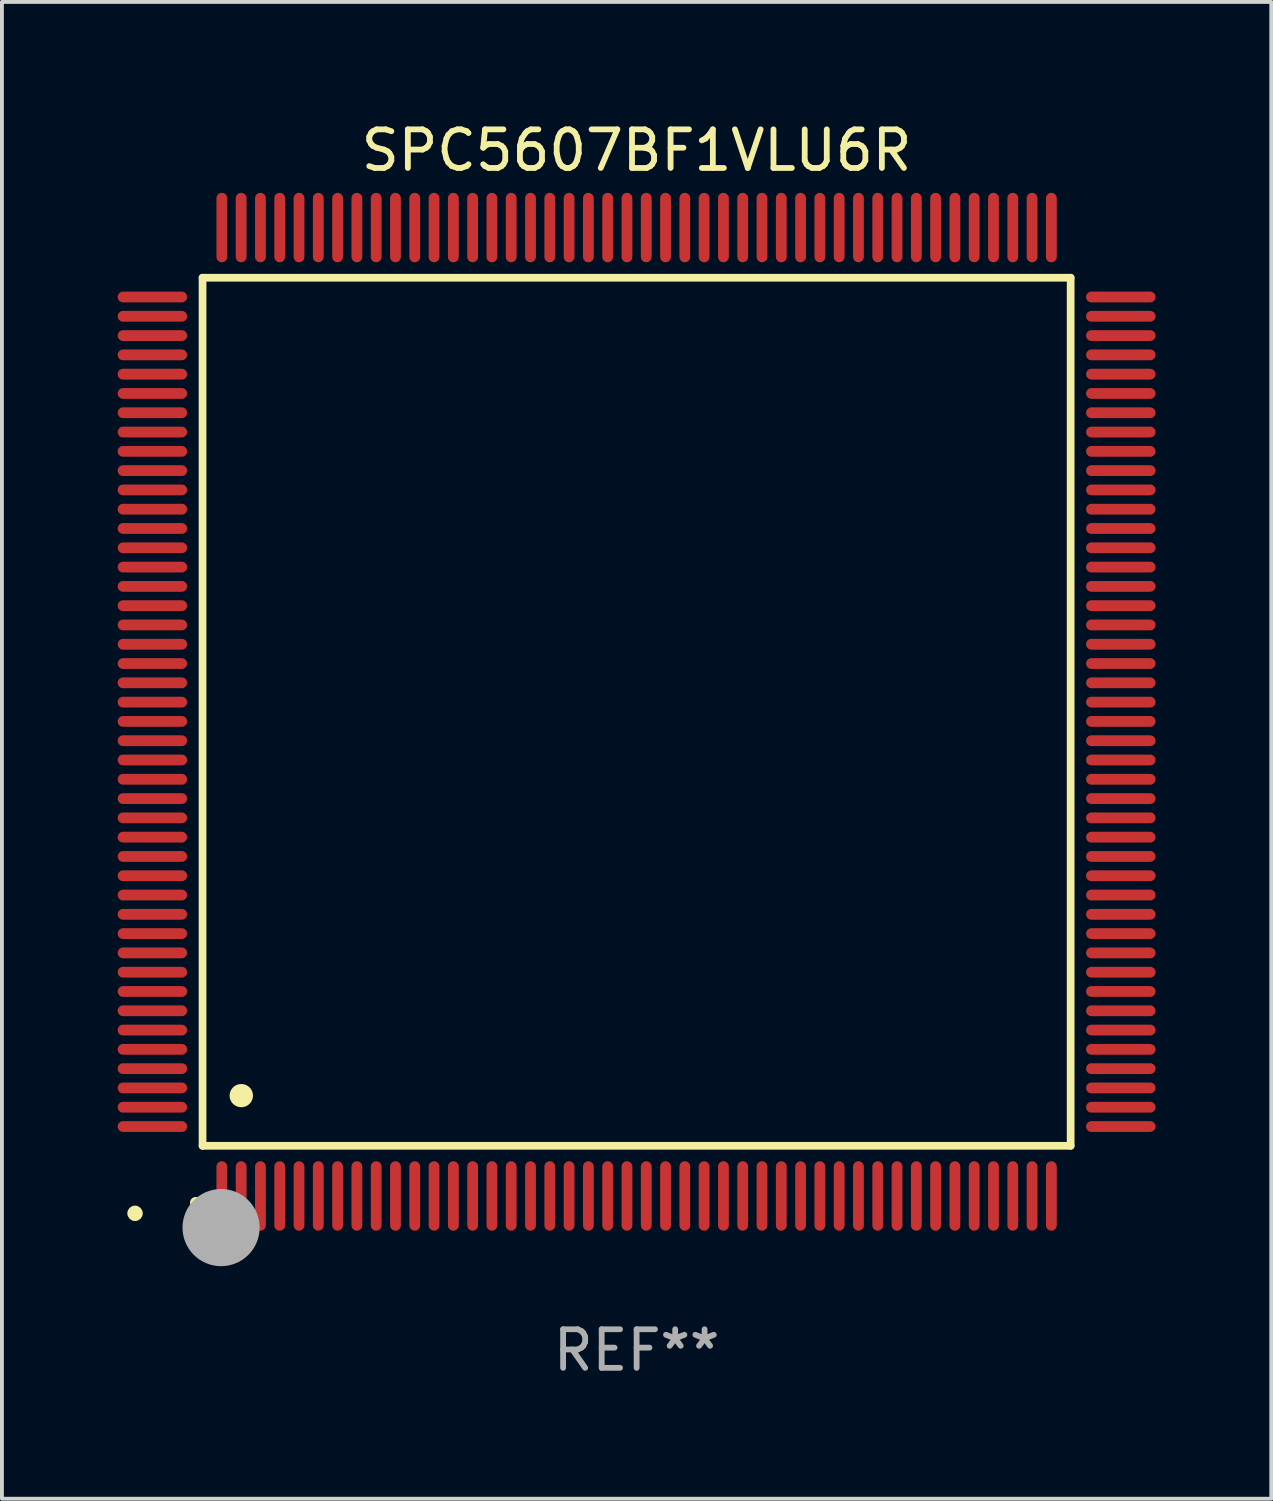
<source format=kicad_pcb>
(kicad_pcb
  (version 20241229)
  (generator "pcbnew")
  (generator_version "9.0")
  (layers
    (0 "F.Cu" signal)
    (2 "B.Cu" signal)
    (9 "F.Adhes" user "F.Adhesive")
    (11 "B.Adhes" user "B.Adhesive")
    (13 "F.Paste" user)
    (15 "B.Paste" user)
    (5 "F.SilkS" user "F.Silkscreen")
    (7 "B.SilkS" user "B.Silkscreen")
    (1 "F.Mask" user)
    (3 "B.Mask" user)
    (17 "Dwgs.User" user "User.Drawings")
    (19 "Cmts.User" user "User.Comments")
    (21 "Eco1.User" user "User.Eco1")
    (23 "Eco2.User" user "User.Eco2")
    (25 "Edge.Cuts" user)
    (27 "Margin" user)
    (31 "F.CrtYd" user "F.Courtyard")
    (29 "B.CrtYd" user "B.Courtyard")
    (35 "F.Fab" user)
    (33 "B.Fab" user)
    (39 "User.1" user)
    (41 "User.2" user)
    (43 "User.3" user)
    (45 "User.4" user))
  (footprint "SPC5607BF1VLU6R"
    (layer "F.Cu")
    (at 13.45 15.398)
    (property "Reference" "SPC5607BF1VLU6R" (at 0 -14.55 0) (layer "F.SilkS") (effects (font (size 1 1) (thickness 0.15))))
    (attr through_hole)
    (fp_line (start -11.25 -11.25) (end 11.25 -11.25) (stroke (width 0.2) (type solid)) (layer "F.SilkS"))
    (fp_line (start -11.25 11.25) (end -11.25 -11.25) (stroke (width 0.2) (type solid)) (layer "F.SilkS"))
    (fp_line (start 11.25 -11.25) (end 11.25 11.25) (stroke (width 0.2) (type solid)) (layer "F.SilkS"))
    (fp_line (start 11.25 11.25) (end -11.25 11.25) (stroke (width 0.2) (type solid)) (layer "F.SilkS"))
    (fp_arc (start -11.424943 12.725425) (mid -11.423673 12.72542) (end -11.422403 12.725425) (stroke (width 0.3) (type solid)) (layer "F.SilkS"))
    (fp_arc (start -10.24892 9.9492) (mid -10.24638 9.949189) (end -10.24384 9.9492) (stroke (width 0.6) (type solid)) (layer "F.SilkS"))
    (fp_circle (center -13 13) (end -12.9 13) (stroke (width 0.2) (type solid)) (fill no) (layer "F.SilkS"))
    (fp_circle (center -10.77 13.37) (end -10.27 13.37) (stroke (width 1) (type solid)) (fill no) (layer "F.Fab"))
    (fp_text user "REF**" (at 0 16.55 0) (layer "F.Fab") (effects (font (size 1 1) (thickness 0.15))))
    (pad "1" smd oval (at -10.75 12.55) (size 0.28 1.8) (layers "F.Cu" "F.Mask" "F.Paste"))
    (pad "2" smd oval (at -10.25 12.55) (size 0.28 1.8) (layers "F.Cu" "F.Mask" "F.Paste"))
    (pad "3" smd oval (at -9.75 12.55) (size 0.28 1.8) (layers "F.Cu" "F.Mask" "F.Paste"))
    (pad "4" smd oval (at -9.25 12.55) (size 0.28 1.8) (layers "F.Cu" "F.Mask" "F.Paste"))
    (pad "5" smd oval (at -8.75 12.55) (size 0.28 1.8) (layers "F.Cu" "F.Mask" "F.Paste"))
    (pad "6" smd oval (at -8.25 12.55) (size 0.28 1.8) (layers "F.Cu" "F.Mask" "F.Paste"))
    (pad "7" smd oval (at -7.75 12.55) (size 0.28 1.8) (layers "F.Cu" "F.Mask" "F.Paste"))
    (pad "8" smd oval (at -7.25 12.55) (size 0.28 1.8) (layers "F.Cu" "F.Mask" "F.Paste"))
    (pad "9" smd oval (at -6.75 12.55) (size 0.28 1.8) (layers "F.Cu" "F.Mask" "F.Paste"))
    (pad "10" smd oval (at -6.25 12.55) (size 0.28 1.8) (layers "F.Cu" "F.Mask" "F.Paste"))
    (pad "11" smd oval (at -5.75 12.55) (size 0.28 1.8) (layers "F.Cu" "F.Mask" "F.Paste"))
    (pad "12" smd oval (at -5.25 12.55) (size 0.28 1.8) (layers "F.Cu" "F.Mask" "F.Paste"))
    (pad "13" smd oval (at -4.75 12.55) (size 0.28 1.8) (layers "F.Cu" "F.Mask" "F.Paste"))
    (pad "14" smd oval (at -4.25 12.55) (size 0.28 1.8) (layers "F.Cu" "F.Mask" "F.Paste"))
    (pad "15" smd oval (at -3.75 12.55) (size 0.28 1.8) (layers "F.Cu" "F.Mask" "F.Paste"))
    (pad "16" smd oval (at -3.25 12.55) (size 0.28 1.8) (layers "F.Cu" "F.Mask" "F.Paste"))
    (pad "17" smd oval (at -2.75 12.55) (size 0.28 1.8) (layers "F.Cu" "F.Mask" "F.Paste"))
    (pad "18" smd oval (at -2.25 12.55) (size 0.28 1.8) (layers "F.Cu" "F.Mask" "F.Paste"))
    (pad "19" smd oval (at -1.75 12.55) (size 0.28 1.8) (layers "F.Cu" "F.Mask" "F.Paste"))
    (pad "20" smd oval (at -1.25 12.55) (size 0.28 1.8) (layers "F.Cu" "F.Mask" "F.Paste"))
    (pad "21" smd oval (at -0.75 12.55) (size 0.28 1.8) (layers "F.Cu" "F.Mask" "F.Paste"))
    (pad "22" smd oval (at -0.25 12.55) (size 0.28 1.8) (layers "F.Cu" "F.Mask" "F.Paste"))
    (pad "23" smd oval (at 0.25 12.55) (size 0.28 1.8) (layers "F.Cu" "F.Mask" "F.Paste"))
    (pad "24" smd oval (at 0.75 12.55) (size 0.28 1.8) (layers "F.Cu" "F.Mask" "F.Paste"))
    (pad "25" smd oval (at 1.25 12.55) (size 0.28 1.8) (layers "F.Cu" "F.Mask" "F.Paste"))
    (pad "26" smd oval (at 1.75 12.55) (size 0.28 1.8) (layers "F.Cu" "F.Mask" "F.Paste"))
    (pad "27" smd oval (at 2.25 12.55) (size 0.28 1.8) (layers "F.Cu" "F.Mask" "F.Paste"))
    (pad "28" smd oval (at 2.75 12.55) (size 0.28 1.8) (layers "F.Cu" "F.Mask" "F.Paste"))
    (pad "29" smd oval (at 3.25 12.55) (size 0.28 1.8) (layers "F.Cu" "F.Mask" "F.Paste"))
    (pad "30" smd oval (at 3.75 12.55) (size 0.28 1.8) (layers "F.Cu" "F.Mask" "F.Paste"))
    (pad "31" smd oval (at 4.25 12.55) (size 0.28 1.8) (layers "F.Cu" "F.Mask" "F.Paste"))
    (pad "32" smd oval (at 4.75 12.55) (size 0.28 1.8) (layers "F.Cu" "F.Mask" "F.Paste"))
    (pad "33" smd oval (at 5.25 12.55) (size 0.28 1.8) (layers "F.Cu" "F.Mask" "F.Paste"))
    (pad "34" smd oval (at 5.75 12.55) (size 0.28 1.8) (layers "F.Cu" "F.Mask" "F.Paste"))
    (pad "35" smd oval (at 6.25 12.55) (size 0.28 1.8) (layers "F.Cu" "F.Mask" "F.Paste"))
    (pad "36" smd oval (at 6.75 12.55) (size 0.28 1.8) (layers "F.Cu" "F.Mask" "F.Paste"))
    (pad "37" smd oval (at 7.25 12.55) (size 0.28 1.8) (layers "F.Cu" "F.Mask" "F.Paste"))
    (pad "38" smd oval (at 7.75 12.55) (size 0.28 1.8) (layers "F.Cu" "F.Mask" "F.Paste"))
    (pad "39" smd oval (at 8.25 12.55) (size 0.28 1.8) (layers "F.Cu" "F.Mask" "F.Paste"))
    (pad "40" smd oval (at 8.75 12.55) (size 0.28 1.8) (layers "F.Cu" "F.Mask" "F.Paste"))
    (pad "41" smd oval (at 9.25 12.55) (size 0.28 1.8) (layers "F.Cu" "F.Mask" "F.Paste"))
    (pad "42" smd oval (at 9.75 12.55) (size 0.28 1.8) (layers "F.Cu" "F.Mask" "F.Paste"))
    (pad "43" smd oval (at 10.25 12.55) (size 0.28 1.8) (layers "F.Cu" "F.Mask" "F.Paste"))
    (pad "44" smd oval (at 10.75 12.55) (size 0.28 1.8) (layers "F.Cu" "F.Mask" "F.Paste"))
    (pad "45" smd oval (at 12.55 10.75) (size 1.8 0.28) (layers "F.Cu" "F.Mask" "F.Paste"))
    (pad "46" smd oval (at 12.55 10.25) (size 1.8 0.28) (layers "F.Cu" "F.Mask" "F.Paste"))
    (pad "47" smd oval (at 12.55 9.75) (size 1.8 0.28) (layers "F.Cu" "F.Mask" "F.Paste"))
    (pad "48" smd oval (at 12.55 9.25) (size 1.8 0.28) (layers "F.Cu" "F.Mask" "F.Paste"))
    (pad "49" smd oval (at 12.55 8.75) (size 1.8 0.28) (layers "F.Cu" "F.Mask" "F.Paste"))
    (pad "50" smd oval (at 12.55 8.25) (size 1.8 0.28) (layers "F.Cu" "F.Mask" "F.Paste"))
    (pad "51" smd oval (at 12.55 7.75) (size 1.8 0.28) (layers "F.Cu" "F.Mask" "F.Paste"))
    (pad "52" smd oval (at 12.55 7.25) (size 1.8 0.28) (layers "F.Cu" "F.Mask" "F.Paste"))
    (pad "53" smd oval (at 12.55 6.75) (size 1.8 0.28) (layers "F.Cu" "F.Mask" "F.Paste"))
    (pad "54" smd oval (at 12.55 6.25) (size 1.8 0.28) (layers "F.Cu" "F.Mask" "F.Paste"))
    (pad "55" smd oval (at 12.55 5.75) (size 1.8 0.28) (layers "F.Cu" "F.Mask" "F.Paste"))
    (pad "56" smd oval (at 12.55 5.25) (size 1.8 0.28) (layers "F.Cu" "F.Mask" "F.Paste"))
    (pad "57" smd oval (at 12.55 4.75) (size 1.8 0.28) (layers "F.Cu" "F.Mask" "F.Paste"))
    (pad "58" smd oval (at 12.55 4.25) (size 1.8 0.28) (layers "F.Cu" "F.Mask" "F.Paste"))
    (pad "59" smd oval (at 12.55 3.75) (size 1.8 0.28) (layers "F.Cu" "F.Mask" "F.Paste"))
    (pad "60" smd oval (at 12.55 3.25) (size 1.8 0.28) (layers "F.Cu" "F.Mask" "F.Paste"))
    (pad "61" smd oval (at 12.55 2.75) (size 1.8 0.28) (layers "F.Cu" "F.Mask" "F.Paste"))
    (pad "62" smd oval (at 12.55 2.25) (size 1.8 0.28) (layers "F.Cu" "F.Mask" "F.Paste"))
    (pad "63" smd oval (at 12.55 1.75) (size 1.8 0.28) (layers "F.Cu" "F.Mask" "F.Paste"))
    (pad "64" smd oval (at 12.55 1.25) (size 1.8 0.28) (layers "F.Cu" "F.Mask" "F.Paste"))
    (pad "65" smd oval (at 12.55 0.75) (size 1.8 0.28) (layers "F.Cu" "F.Mask" "F.Paste"))
    (pad "66" smd oval (at 12.55 0.25) (size 1.8 0.28) (layers "F.Cu" "F.Mask" "F.Paste"))
    (pad "67" smd oval (at 12.55 -0.25) (size 1.8 0.28) (layers "F.Cu" "F.Mask" "F.Paste"))
    (pad "68" smd oval (at 12.55 -0.75) (size 1.8 0.28) (layers "F.Cu" "F.Mask" "F.Paste"))
    (pad "69" smd oval (at 12.55 -1.25) (size 1.8 0.28) (layers "F.Cu" "F.Mask" "F.Paste"))
    (pad "70" smd oval (at 12.55 -1.75) (size 1.8 0.28) (layers "F.Cu" "F.Mask" "F.Paste"))
    (pad "71" smd oval (at 12.55 -2.25) (size 1.8 0.28) (layers "F.Cu" "F.Mask" "F.Paste"))
    (pad "72" smd oval (at 12.55 -2.75) (size 1.8 0.28) (layers "F.Cu" "F.Mask" "F.Paste"))
    (pad "73" smd oval (at 12.55 -3.25) (size 1.8 0.28) (layers "F.Cu" "F.Mask" "F.Paste"))
    (pad "74" smd oval (at 12.55 -3.75) (size 1.8 0.28) (layers "F.Cu" "F.Mask" "F.Paste"))
    (pad "75" smd oval (at 12.55 -4.25) (size 1.8 0.28) (layers "F.Cu" "F.Mask" "F.Paste"))
    (pad "76" smd oval (at 12.55 -4.75) (size 1.8 0.28) (layers "F.Cu" "F.Mask" "F.Paste"))
    (pad "77" smd oval (at 12.55 -5.25) (size 1.8 0.28) (layers "F.Cu" "F.Mask" "F.Paste"))
    (pad "78" smd oval (at 12.55 -5.75) (size 1.8 0.28) (layers "F.Cu" "F.Mask" "F.Paste"))
    (pad "79" smd oval (at 12.55 -6.25) (size 1.8 0.28) (layers "F.Cu" "F.Mask" "F.Paste"))
    (pad "80" smd oval (at 12.55 -6.75) (size 1.8 0.28) (layers "F.Cu" "F.Mask" "F.Paste"))
    (pad "81" smd oval (at 12.55 -7.25) (size 1.8 0.28) (layers "F.Cu" "F.Mask" "F.Paste"))
    (pad "82" smd oval (at 12.55 -7.75) (size 1.8 0.28) (layers "F.Cu" "F.Mask" "F.Paste"))
    (pad "83" smd oval (at 12.55 -8.25) (size 1.8 0.28) (layers "F.Cu" "F.Mask" "F.Paste"))
    (pad "84" smd oval (at 12.55 -8.75) (size 1.8 0.28) (layers "F.Cu" "F.Mask" "F.Paste"))
    (pad "85" smd oval (at 12.55 -9.25) (size 1.8 0.28) (layers "F.Cu" "F.Mask" "F.Paste"))
    (pad "86" smd oval (at 12.55 -9.75) (size 1.8 0.28) (layers "F.Cu" "F.Mask" "F.Paste"))
    (pad "87" smd oval (at 12.55 -10.25) (size 1.8 0.28) (layers "F.Cu" "F.Mask" "F.Paste"))
    (pad "88" smd oval (at 12.55 -10.75) (size 1.8 0.28) (layers "F.Cu" "F.Mask" "F.Paste"))
    (pad "89" smd oval (at 10.75 -12.55) (size 0.28 1.8) (layers "F.Cu" "F.Mask" "F.Paste"))
    (pad "90" smd oval (at 10.25 -12.55) (size 0.28 1.8) (layers "F.Cu" "F.Mask" "F.Paste"))
    (pad "91" smd oval (at 9.75 -12.55) (size 0.28 1.8) (layers "F.Cu" "F.Mask" "F.Paste"))
    (pad "92" smd oval (at 9.25 -12.55) (size 0.28 1.8) (layers "F.Cu" "F.Mask" "F.Paste"))
    (pad "93" smd oval (at 8.75 -12.55) (size 0.28 1.8) (layers "F.Cu" "F.Mask" "F.Paste"))
    (pad "94" smd oval (at 8.25 -12.55) (size 0.28 1.8) (layers "F.Cu" "F.Mask" "F.Paste"))
    (pad "95" smd oval (at 7.75 -12.55) (size 0.28 1.8) (layers "F.Cu" "F.Mask" "F.Paste"))
    (pad "96" smd oval (at 7.25 -12.55) (size 0.28 1.8) (layers "F.Cu" "F.Mask" "F.Paste"))
    (pad "97" smd oval (at 6.75 -12.55) (size 0.28 1.8) (layers "F.Cu" "F.Mask" "F.Paste"))
    (pad "98" smd oval (at 6.25 -12.55) (size 0.28 1.8) (layers "F.Cu" "F.Mask" "F.Paste"))
    (pad "99" smd oval (at 5.75 -12.55) (size 0.28 1.8) (layers "F.Cu" "F.Mask" "F.Paste"))
    (pad "100" smd oval (at 5.25 -12.55) (size 0.28 1.8) (layers "F.Cu" "F.Mask" "F.Paste"))
    (pad "101" smd oval (at 4.75 -12.55) (size 0.28 1.8) (layers "F.Cu" "F.Mask" "F.Paste"))
    (pad "102" smd oval (at 4.25 -12.55) (size 0.28 1.8) (layers "F.Cu" "F.Mask" "F.Paste"))
    (pad "103" smd oval (at 3.75 -12.55) (size 0.28 1.8) (layers "F.Cu" "F.Mask" "F.Paste"))
    (pad "104" smd oval (at 3.25 -12.55) (size 0.28 1.8) (layers "F.Cu" "F.Mask" "F.Paste"))
    (pad "105" smd oval (at 2.75 -12.55) (size 0.28 1.8) (layers "F.Cu" "F.Mask" "F.Paste"))
    (pad "106" smd oval (at 2.25 -12.55) (size 0.28 1.8) (layers "F.Cu" "F.Mask" "F.Paste"))
    (pad "107" smd oval (at 1.75 -12.55) (size 0.28 1.8) (layers "F.Cu" "F.Mask" "F.Paste"))
    (pad "108" smd oval (at 1.25 -12.55) (size 0.28 1.8) (layers "F.Cu" "F.Mask" "F.Paste"))
    (pad "109" smd oval (at 0.75 -12.55) (size 0.28 1.8) (layers "F.Cu" "F.Mask" "F.Paste"))
    (pad "110" smd oval (at 0.25 -12.55) (size 0.28 1.8) (layers "F.Cu" "F.Mask" "F.Paste"))
    (pad "111" smd oval (at -0.25 -12.55) (size 0.28 1.8) (layers "F.Cu" "F.Mask" "F.Paste"))
    (pad "112" smd oval (at -0.75 -12.55) (size 0.28 1.8) (layers "F.Cu" "F.Mask" "F.Paste"))
    (pad "113" smd oval (at -1.25 -12.55) (size 0.28 1.8) (layers "F.Cu" "F.Mask" "F.Paste"))
    (pad "114" smd oval (at -1.75 -12.55) (size 0.28 1.8) (layers "F.Cu" "F.Mask" "F.Paste"))
    (pad "115" smd oval (at -2.25 -12.55) (size 0.28 1.8) (layers "F.Cu" "F.Mask" "F.Paste"))
    (pad "116" smd oval (at -2.75 -12.55) (size 0.28 1.8) (layers "F.Cu" "F.Mask" "F.Paste"))
    (pad "117" smd oval (at -3.25 -12.55) (size 0.28 1.8) (layers "F.Cu" "F.Mask" "F.Paste"))
    (pad "118" smd oval (at -3.75 -12.55) (size 0.28 1.8) (layers "F.Cu" "F.Mask" "F.Paste"))
    (pad "119" smd oval (at -4.25 -12.55) (size 0.28 1.8) (layers "F.Cu" "F.Mask" "F.Paste"))
    (pad "120" smd oval (at -4.75 -12.55) (size 0.28 1.8) (layers "F.Cu" "F.Mask" "F.Paste"))
    (pad "121" smd oval (at -5.25 -12.55) (size 0.28 1.8) (layers "F.Cu" "F.Mask" "F.Paste"))
    (pad "122" smd oval (at -5.75 -12.55) (size 0.28 1.8) (layers "F.Cu" "F.Mask" "F.Paste"))
    (pad "123" smd oval (at -6.25 -12.55) (size 0.28 1.8) (layers "F.Cu" "F.Mask" "F.Paste"))
    (pad "124" smd oval (at -6.75 -12.55) (size 0.28 1.8) (layers "F.Cu" "F.Mask" "F.Paste"))
    (pad "125" smd oval (at -7.25 -12.55) (size 0.28 1.8) (layers "F.Cu" "F.Mask" "F.Paste"))
    (pad "126" smd oval (at -7.75 -12.55) (size 0.28 1.8) (layers "F.Cu" "F.Mask" "F.Paste"))
    (pad "127" smd oval (at -8.25 -12.55) (size 0.28 1.8) (layers "F.Cu" "F.Mask" "F.Paste"))
    (pad "128" smd oval (at -8.75 -12.55) (size 0.28 1.8) (layers "F.Cu" "F.Mask" "F.Paste"))
    (pad "129" smd oval (at -9.25 -12.55) (size 0.28 1.8) (layers "F.Cu" "F.Mask" "F.Paste"))
    (pad "130" smd oval (at -9.75 -12.55) (size 0.28 1.8) (layers "F.Cu" "F.Mask" "F.Paste"))
    (pad "131" smd oval (at -10.25 -12.55) (size 0.28 1.8) (layers "F.Cu" "F.Mask" "F.Paste"))
    (pad "132" smd oval (at -10.75 -12.55) (size 0.28 1.8) (layers "F.Cu" "F.Mask" "F.Paste"))
    (pad "133" smd oval (at -12.55 -10.75) (size 1.8 0.28) (layers "F.Cu" "F.Mask" "F.Paste"))
    (pad "134" smd oval (at -12.55 -10.25) (size 1.8 0.28) (layers "F.Cu" "F.Mask" "F.Paste"))
    (pad "135" smd oval (at -12.55 -9.75) (size 1.8 0.28) (layers "F.Cu" "F.Mask" "F.Paste"))
    (pad "136" smd oval (at -12.55 -9.25) (size 1.8 0.28) (layers "F.Cu" "F.Mask" "F.Paste"))
    (pad "137" smd oval (at -12.55 -8.75) (size 1.8 0.28) (layers "F.Cu" "F.Mask" "F.Paste"))
    (pad "138" smd oval (at -12.55 -8.25) (size 1.8 0.28) (layers "F.Cu" "F.Mask" "F.Paste"))
    (pad "139" smd oval (at -12.55 -7.75) (size 1.8 0.28) (layers "F.Cu" "F.Mask" "F.Paste"))
    (pad "140" smd oval (at -12.55 -7.25) (size 1.8 0.28) (layers "F.Cu" "F.Mask" "F.Paste"))
    (pad "141" smd oval (at -12.55 -6.75) (size 1.8 0.28) (layers "F.Cu" "F.Mask" "F.Paste"))
    (pad "142" smd oval (at -12.55 -6.25) (size 1.8 0.28) (layers "F.Cu" "F.Mask" "F.Paste"))
    (pad "143" smd oval (at -12.55 -5.75) (size 1.8 0.28) (layers "F.Cu" "F.Mask" "F.Paste"))
    (pad "144" smd oval (at -12.55 -5.25) (size 1.8 0.28) (layers "F.Cu" "F.Mask" "F.Paste"))
    (pad "145" smd oval (at -12.55 -4.75) (size 1.8 0.28) (layers "F.Cu" "F.Mask" "F.Paste"))
    (pad "146" smd oval (at -12.55 -4.25) (size 1.8 0.28) (layers "F.Cu" "F.Mask" "F.Paste"))
    (pad "147" smd oval (at -12.55 -3.75) (size 1.8 0.28) (layers "F.Cu" "F.Mask" "F.Paste"))
    (pad "148" smd oval (at -12.55 -3.25) (size 1.8 0.28) (layers "F.Cu" "F.Mask" "F.Paste"))
    (pad "149" smd oval (at -12.55 -2.75) (size 1.8 0.28) (layers "F.Cu" "F.Mask" "F.Paste"))
    (pad "150" smd oval (at -12.55 -2.25) (size 1.8 0.28) (layers "F.Cu" "F.Mask" "F.Paste"))
    (pad "151" smd oval (at -12.55 -1.75) (size 1.8 0.28) (layers "F.Cu" "F.Mask" "F.Paste"))
    (pad "152" smd oval (at -12.55 -1.25) (size 1.8 0.28) (layers "F.Cu" "F.Mask" "F.Paste"))
    (pad "153" smd oval (at -12.55 -0.75) (size 1.8 0.28) (layers "F.Cu" "F.Mask" "F.Paste"))
    (pad "154" smd oval (at -12.55 -0.25) (size 1.8 0.28) (layers "F.Cu" "F.Mask" "F.Paste"))
    (pad "155" smd oval (at -12.55 0.25) (size 1.8 0.28) (layers "F.Cu" "F.Mask" "F.Paste"))
    (pad "156" smd oval (at -12.55 0.75) (size 1.8 0.28) (layers "F.Cu" "F.Mask" "F.Paste"))
    (pad "157" smd oval (at -12.55 1.25) (size 1.8 0.28) (layers "F.Cu" "F.Mask" "F.Paste"))
    (pad "158" smd oval (at -12.55 1.75) (size 1.8 0.28) (layers "F.Cu" "F.Mask" "F.Paste"))
    (pad "159" smd oval (at -12.55 2.25) (size 1.8 0.28) (layers "F.Cu" "F.Mask" "F.Paste"))
    (pad "160" smd oval (at -12.55 2.75) (size 1.8 0.28) (layers "F.Cu" "F.Mask" "F.Paste"))
    (pad "161" smd oval (at -12.55 3.25) (size 1.8 0.28) (layers "F.Cu" "F.Mask" "F.Paste"))
    (pad "162" smd oval (at -12.55 3.75) (size 1.8 0.28) (layers "F.Cu" "F.Mask" "F.Paste"))
    (pad "163" smd oval (at -12.55 4.25) (size 1.8 0.28) (layers "F.Cu" "F.Mask" "F.Paste"))
    (pad "164" smd oval (at -12.55 4.75) (size 1.8 0.28) (layers "F.Cu" "F.Mask" "F.Paste"))
    (pad "165" smd oval (at -12.55 5.25) (size 1.8 0.28) (layers "F.Cu" "F.Mask" "F.Paste"))
    (pad "166" smd oval (at -12.55 5.75) (size 1.8 0.28) (layers "F.Cu" "F.Mask" "F.Paste"))
    (pad "167" smd oval (at -12.55 6.25) (size 1.8 0.28) (layers "F.Cu" "F.Mask" "F.Paste"))
    (pad "168" smd oval (at -12.55 6.75) (size 1.8 0.28) (layers "F.Cu" "F.Mask" "F.Paste"))
    (pad "169" smd oval (at -12.55 7.25) (size 1.8 0.28) (layers "F.Cu" "F.Mask" "F.Paste"))
    (pad "170" smd oval (at -12.55 7.75) (size 1.8 0.28) (layers "F.Cu" "F.Mask" "F.Paste"))
    (pad "171" smd oval (at -12.55 8.25) (size 1.8 0.28) (layers "F.Cu" "F.Mask" "F.Paste"))
    (pad "172" smd oval (at -12.55 8.75) (size 1.8 0.28) (layers "F.Cu" "F.Mask" "F.Paste"))
    (pad "173" smd oval (at -12.55 9.25) (size 1.8 0.28) (layers "F.Cu" "F.Mask" "F.Paste"))
    (pad "174" smd oval (at -12.55 9.75) (size 1.8 0.28) (layers "F.Cu" "F.Mask" "F.Paste"))
    (pad "175" smd oval (at -12.55 10.25) (size 1.8 0.28) (layers "F.Cu" "F.Mask" "F.Paste"))
    (pad "176" smd oval (at -12.55 10.75) (size 1.8 0.28) (layers "F.Cu" "F.Mask" "F.Paste")))
  (gr_rect
    (start -3 -3)
    (end 29.9 35.796)
    (stroke (width 0.1) (type default))
    (fill no)
    (layer "Edge.Cuts")))
</source>
